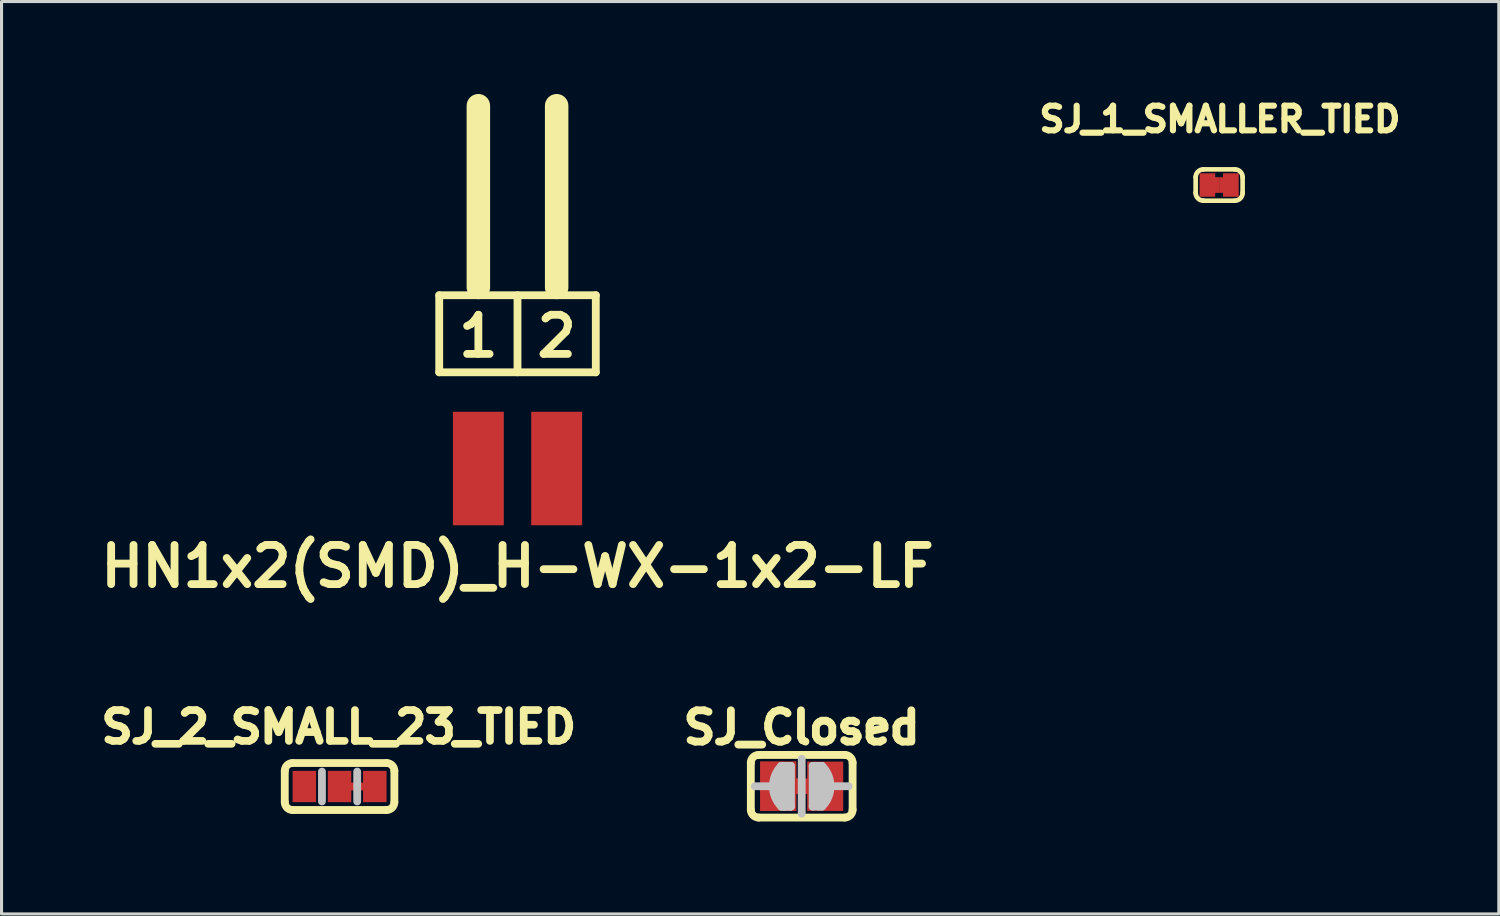
<source format=kicad_pcb>
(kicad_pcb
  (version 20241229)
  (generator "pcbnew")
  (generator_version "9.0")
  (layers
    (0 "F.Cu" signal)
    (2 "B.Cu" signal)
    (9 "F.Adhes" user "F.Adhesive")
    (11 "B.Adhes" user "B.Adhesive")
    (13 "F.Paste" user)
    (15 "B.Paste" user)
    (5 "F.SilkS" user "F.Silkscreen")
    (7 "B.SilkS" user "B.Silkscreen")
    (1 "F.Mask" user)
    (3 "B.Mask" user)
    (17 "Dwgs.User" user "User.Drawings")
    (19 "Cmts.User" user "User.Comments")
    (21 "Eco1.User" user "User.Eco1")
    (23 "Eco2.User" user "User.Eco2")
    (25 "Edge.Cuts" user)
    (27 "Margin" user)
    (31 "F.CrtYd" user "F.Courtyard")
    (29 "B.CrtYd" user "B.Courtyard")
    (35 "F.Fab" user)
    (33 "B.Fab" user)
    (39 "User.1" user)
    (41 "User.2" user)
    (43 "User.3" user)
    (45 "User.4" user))
  (footprint "HN1x2(SMD)_H-WX-1x2-LF"
    (layer "F.Cu")
    (at 13.74 12.151)
    (property "Reference" "HN1x2(SMD)_H-WX-1x2-LF" (at 0 3.175 0) (layer "F.SilkS") (effects (font (size 1.27 1.27) (thickness 0.254))))
    (attr smd)
    (fp_line (start -2.54 -5.622) (end 2.54 -5.622) (stroke (width 0.254) (type solid)) (layer "F.SilkS"))
    (fp_line (start -2.54 -3.122) (end -2.54 -5.622) (stroke (width 0.254) (type solid)) (layer "F.SilkS"))
    (fp_line (start -1.27 -5.876) (end -1.27 -11.77) (stroke (width 0.762) (type solid)) (layer "F.SilkS"))
    (fp_line (start 0 -5.622) (end 0 -3.122) (stroke (width 0.254) (type solid)) (layer "F.SilkS"))
    (fp_line (start 1.27 -5.876) (end 1.27 -11.77) (stroke (width 0.762) (type solid)) (layer "F.SilkS"))
    (fp_line (start 2.54 -5.622) (end 2.54 -3.122) (stroke (width 0.254) (type solid)) (layer "F.SilkS"))
    (fp_line (start 2.54 -3.122) (end -2.54 -3.122) (stroke (width 0.254) (type solid)) (layer "F.SilkS"))
    (fp_text user "2" (at 1.27 -4.293 0) (layer "F.SilkS") (effects (font (size 1.27 1.27) (thickness 0.254))))
    (fp_text user "1" (at -1.27 -4.293 0) (layer "F.SilkS") (effects (font (size 1.27 1.27) (thickness 0.254))))
    (pad "" smd rect (at -1.27 0) (size 2.032 4.572) (layers "F.Paste"))
    (pad "" smd rect (at 1.27 0) (size 2.032 4.572) (layers "F.Paste"))
    (pad "1" smd rect (at -1.27 0) (size 1.651 3.683) (layers "F.Cu" "F.Mask"))
    (pad "2" smd rect (at 1.27 0) (size 1.651 3.683) (layers "F.Cu" "F.Mask")))
  (footprint "SJ_Closed"
    (layer "F.Cu")
    (at 22.961 22.459)
    (property "Reference" "SJ_Closed" (at 0 -1.905 0) (layer "F.SilkS") (effects (font (size 1.016 1.016) (thickness 0.254) (bold yes))))
    (attr smd)
    (fp_line (start -1.651 0.762) (end -1.651 -0.762) (stroke (width 0.254) (type solid)) (layer "F.SilkS"))
    (fp_line (start -1.397 -1.016) (end 1.397 -1.016) (stroke (width 0.254) (type solid)) (layer "F.SilkS"))
    (fp_line (start 1.397 1.016) (end -1.397 1.016) (stroke (width 0.254) (type solid)) (layer "F.SilkS"))
    (fp_line (start 1.651 0.762) (end 1.651 -0.762) (stroke (width 0.254) (type solid)) (layer "F.SilkS"))
    (fp_arc (start -1.651 -0.762) (mid -1.576605 -0.941605) (end -1.397 -1.016) (stroke (width 0.254) (type solid)) (layer "F.SilkS"))
    (fp_arc (start -1.397 1.016) (mid -1.576605 0.941605) (end -1.651 0.762) (stroke (width 0.254) (type solid)) (layer "F.SilkS"))
    (fp_arc (start 1.397 -1.016) (mid 1.576605 -0.941605) (end 1.651 -0.762) (stroke (width 0.254) (type solid)) (layer "F.SilkS"))
    (fp_arc (start 1.651 0.762) (mid 1.576605 0.941605) (end 1.397 1.016) (stroke (width 0.254) (type solid)) (layer "F.SilkS"))
    (fp_line (start -1.016 0) (end -1.524 0) (stroke (width 0.254) (type solid)) (layer "Dwgs.User"))
    (fp_line (start -0.711 0.559) (end -0.711 -0.457) (stroke (width 0.254) (type solid)) (layer "Dwgs.User"))
    (fp_line (start -0.711 0.559) (end -0.711 -0.457) (stroke (width 0.254) (type solid)) (layer "Dwgs.User"))
    (fp_line (start -0.66 -0.66) (end -0.356 -0.66) (stroke (width 0.254) (type solid)) (layer "Dwgs.User"))
    (fp_line (start -0.66 -0.66) (end -0.356 -0.66) (stroke (width 0.254) (type solid)) (layer "Dwgs.User"))
    (fp_line (start -0.559 0.66) (end -0.559 -0.66) (stroke (width 0.254) (type solid)) (layer "Dwgs.User"))
    (fp_line (start -0.559 0.66) (end -0.559 -0.66) (stroke (width 0.254) (type solid)) (layer "Dwgs.User"))
    (fp_line (start -0.356 -0.66) (end -0.356 0.66) (stroke (width 0.254) (type solid)) (layer "Dwgs.User"))
    (fp_line (start -0.356 -0.66) (end -0.356 0.66) (stroke (width 0.254) (type solid)) (layer "Dwgs.User"))
    (fp_line (start -0.356 0.66) (end -0.66 0.66) (stroke (width 0.254) (type solid)) (layer "Dwgs.User"))
    (fp_line (start -0.356 0.66) (end -0.66 0.66) (stroke (width 0.254) (type solid)) (layer "Dwgs.User"))
    (fp_line (start 0 -0.889) (end 0 0.889) (stroke (width 0.254) (type solid)) (layer "Dwgs.User"))
    (fp_line (start 0.356 -0.66) (end 0.356 0.66) (stroke (width 0.254) (type solid)) (layer "Dwgs.User"))
    (fp_line (start 0.356 -0.66) (end 0.66 -0.66) (stroke (width 0.254) (type solid)) (layer "Dwgs.User"))
    (fp_line (start 0.356 0.66) (end 0.66 0.66) (stroke (width 0.254) (type solid)) (layer "Dwgs.User"))
    (fp_line (start 0.559 -0.66) (end 0.559 0.66) (stroke (width 0.254) (type solid)) (layer "Dwgs.User"))
    (fp_line (start 0.737 0.508) (end 0.737 -0.508) (stroke (width 0.254) (type solid)) (layer "Dwgs.User"))
    (fp_line (start 1.016 0) (end 1.524 0) (stroke (width 0.254) (type solid)) (layer "Dwgs.User"))
    (fp_arc (start -0.6604 0.6604) (mid -0.933947 0) (end -0.6604 -0.6604) (stroke (width 0.254) (type solid)) (layer "Dwgs.User"))
    (fp_arc (start 0.6604 -0.6604) (mid 0.933947 0) (end 0.6604 0.6604) (stroke (width 0.254) (type solid)) (layer "Dwgs.User"))
    (pad "1" smd rect (at -0.762 0) (size 1.168 1.6) (layers "F.Cu" "F.Mask"))
    (pad "1" smd rect (at -0.762 0) (size 1.168 1.6) (layers "F.Cu" "F.Mask"))
    (pad "1" smd rect (at -0.254 0) (size 0.762 0.508) (layers "F.Cu" "F.Mask"))
    (pad "2" smd rect (at 0.254 0) (size 0.762 0.508) (layers "F.Cu" "F.Mask"))
    (pad "2" smd rect (at 0.762 0) (size 1.168 1.6) (layers "F.Cu" "F.Mask")))
  (footprint "SJ_2_SMALL_23_TIED"
    (layer "F.Cu")
    (at 7.967 22.468)
    (property "Reference" "SJ_2_SMALL_23_TIED" (at -0.025 -1.93 0) (layer "F.SilkS") (effects (font (size 1 1) (thickness 0.25))))
    (attr smd)
    (fp_line (start -1.778 0.508) (end -1.778 -0.508) (stroke (width 0.254) (type solid)) (layer "F.SilkS"))
    (fp_line (start -1.524 -0.762) (end 1.524 -0.762) (stroke (width 0.254) (type solid)) (layer "F.SilkS"))
    (fp_line (start 1.524 0.762) (end -1.524 0.762) (stroke (width 0.254) (type solid)) (layer "F.SilkS"))
    (fp_line (start 1.778 0.508) (end 1.778 -0.508) (stroke (width 0.254) (type solid)) (layer "F.SilkS"))
    (fp_arc (start -1.778 -0.508) (mid -1.703605 -0.687605) (end -1.524 -0.762) (stroke (width 0.254) (type solid)) (layer "F.SilkS"))
    (fp_arc (start -1.524 0.762) (mid -1.703605 0.687605) (end -1.778 0.508) (stroke (width 0.254) (type solid)) (layer "F.SilkS"))
    (fp_arc (start 1.524 -0.762) (mid 1.703605 -0.687605) (end 1.778 -0.508) (stroke (width 0.254) (type solid)) (layer "F.SilkS"))
    (fp_arc (start 1.778 0.508) (mid 1.703605 0.687605) (end 1.524 0.762) (stroke (width 0.254) (type solid)) (layer "F.SilkS"))
    (fp_line (start -0.572 -0.485) (end -0.572 0.485) (stroke (width 0.254) (type solid)) (layer "Dwgs.User"))
    (fp_line (start 0.572 -0.485) (end 0.572 0.485) (stroke (width 0.254) (type solid)) (layer "Dwgs.User"))
    (pad "1" smd rect (at -1.143 0) (size 0.762 1.016) (layers "F.Cu" "F.Mask"))
    (pad "2" smd rect (at 0 0) (size 0.762 1.016) (layers "F.Cu" "F.Mask"))
    (pad "2" smd rect (at 0.381 0) (size 0.5 0.254) (layers "F.Cu" "F.Mask"))
    (pad "3" smd rect (at 0.762 0 180) (size 0.5 0.254) (layers "F.Cu" "F.Mask"))
    (pad "3" smd rect (at 1.143 0) (size 0.762 1.016) (layers "F.Cu" "F.Mask")))
  (footprint "SJ_1_SMALLER_TIED"
    (layer "F.Cu")
    (at 36.504 2.953)
    (property "Reference" "SJ_1_SMALLER_TIED" (at 0.025 -2.134 0) (layer "F.SilkS") (effects (font (size 0.8 0.8) (thickness 0.2))))
    (attr smd)
    (fp_line (start -0.762 -0.254) (end -0.762 0.254) (stroke (width 0.15) (type solid)) (layer "F.SilkS"))
    (fp_line (start -0.508 0.508) (end 0.508 0.508) (stroke (width 0.15) (type solid)) (layer "F.SilkS"))
    (fp_line (start 0.508 -0.508) (end -0.508 -0.508) (stroke (width 0.15) (type solid)) (layer "F.SilkS"))
    (fp_line (start 0.762 0.254) (end 0.762 -0.254) (stroke (width 0.15) (type solid)) (layer "F.SilkS"))
    (fp_arc (start -0.762 -0.254) (mid -0.687605 -0.433605) (end -0.508 -0.508) (stroke (width 0.1524) (type solid)) (layer "F.SilkS"))
    (fp_arc (start -0.508 0.508) (mid -0.687605 0.433605) (end -0.762 0.254) (stroke (width 0.1524) (type solid)) (layer "F.SilkS"))
    (fp_arc (start 0.508 -0.508) (mid 0.687605 -0.433605) (end 0.762 -0.254) (stroke (width 0.1524) (type solid)) (layer "F.SilkS"))
    (fp_arc (start 0.762 0.254) (mid 0.687605 0.433605) (end 0.508 0.508) (stroke (width 0.1524) (type solid)) (layer "F.SilkS"))
    (pad "1" smd rect (at -0.381 0) (size 0.508 0.762) (layers "F.Cu" "F.Mask"))
    (pad "1" smd rect (at -0.254 0) (size 0.508 0.508) (layers "F.Cu" "F.Mask"))
    (pad "2" smd rect (at 0.254 0) (size 0.508 0.508) (layers "F.Cu" "F.Mask"))
    (pad "2" smd rect (at 0.381 0) (size 0.508 0.762) (layers "F.Cu" "F.Mask")))
  (gr_rect
    (start -3 -3)
    (end 45.578 26.602)
    (stroke (width 0.1) (type default))
    (fill no)
    (layer "Edge.Cuts")))
</source>
